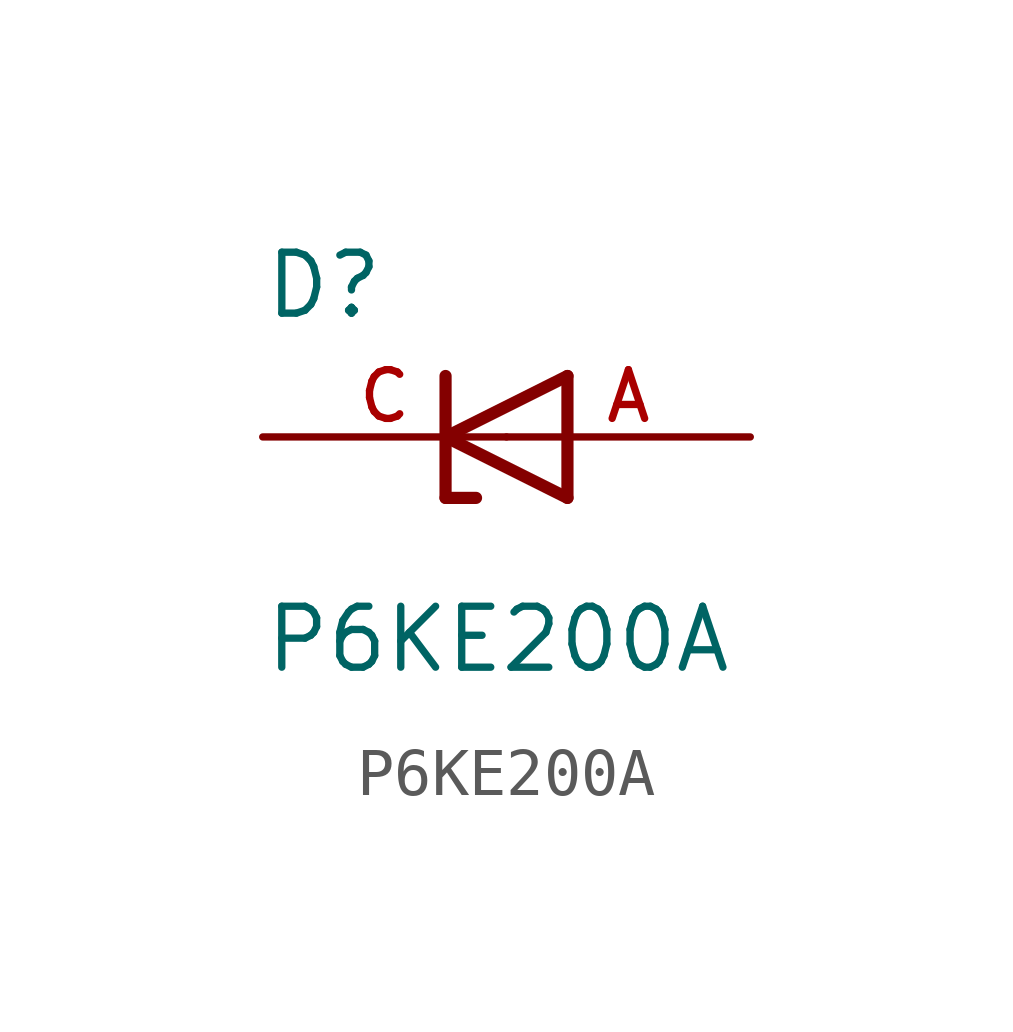
<source format=kicad_sym>
(kicad_symbol_lib
  (version 20211014)
  (generator kicad_symbol_editor)
  (symbol "P6KE200A"
    (pin_names
      (offset 1.016))
    (property "Reference" "D"
      (at -5.084 2.416 0)
      (effects (font (size 1.27 1.27)) (justify bottom left)))
    (property "Value" "P6KE200A"
      (at -5.085 -4.961 0)
      (effects (font (size 1.27 1.27)) (justify bottom left)))
    (symbol "P6KE200A_0_0"
      (polyline (pts (xy 1.27 1.27) (xy -1.27 0.0)) (stroke (width 0.254)))
      (polyline (pts (xy -1.27 0.0) (xy 1.27 -1.27)) (stroke (width 0.254)))
      (polyline (pts (xy -0.635 -1.27) (xy -1.27 -1.27)) (stroke (width 0.254)))
      (polyline (pts (xy -1.27 -1.27) (xy -1.27 0.0)) (stroke (width 0.254)))
      (polyline (pts (xy 1.27 -1.27) (xy 1.27 1.27)) (stroke (width 0.254)))
      (polyline (pts (xy -1.27 0.0) (xy -1.27 1.27)) (stroke (width 0.254)))
      (pin passive line (at 5.08 0.0 180.0) (length 5.08) (name "~" (effects (font (size 1.016 1.016)))) (number "A" (effects (font (size 1.016 1.016)))))
      (pin passive line (at -5.08 0.0 0) (length 5.08) (name "~" (effects (font (size 1.016 1.016)))) (number "C" (effects (font (size 1.016 1.016))))))))
</source>
